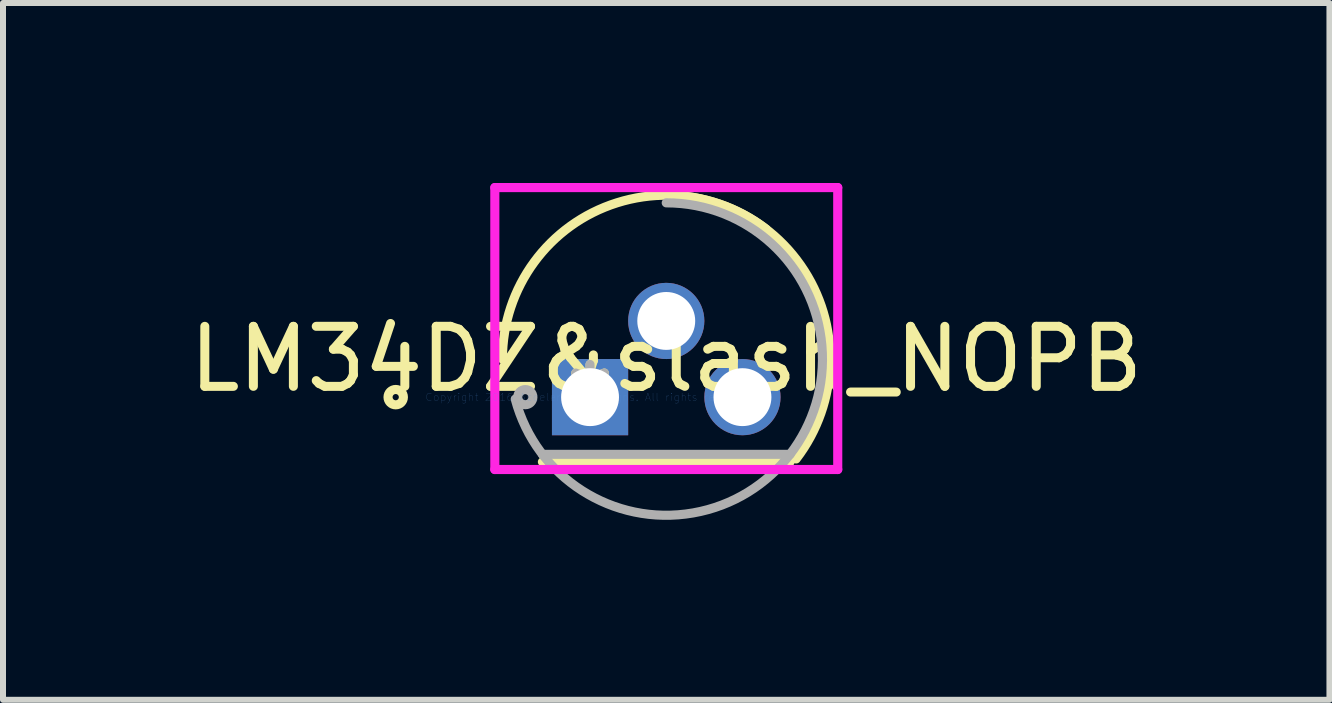
<source format=kicad_pcb>
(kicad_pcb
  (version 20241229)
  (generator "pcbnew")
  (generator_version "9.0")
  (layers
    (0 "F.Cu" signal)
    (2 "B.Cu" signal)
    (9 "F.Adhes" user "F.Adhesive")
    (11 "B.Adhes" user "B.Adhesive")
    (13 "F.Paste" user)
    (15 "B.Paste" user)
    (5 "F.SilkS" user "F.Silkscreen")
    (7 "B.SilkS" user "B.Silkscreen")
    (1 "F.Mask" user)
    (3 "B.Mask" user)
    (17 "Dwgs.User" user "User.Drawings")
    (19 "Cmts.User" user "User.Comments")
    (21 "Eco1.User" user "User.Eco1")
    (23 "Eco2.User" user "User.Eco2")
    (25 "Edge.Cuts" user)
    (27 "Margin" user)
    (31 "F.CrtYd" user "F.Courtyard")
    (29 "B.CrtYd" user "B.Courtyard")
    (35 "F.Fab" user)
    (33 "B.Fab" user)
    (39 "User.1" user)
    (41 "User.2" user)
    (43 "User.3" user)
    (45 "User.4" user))
  (footprint "LM34DZ&slash_NOPB"
    (layer "F.Cu")
    (at 6.784 3.569)
    (property "Reference" "LM34DZ&slash_NOPB" (at 1.27 -0.635 0) (layer "F.SilkS") (effects (font (size 1 1) (thickness 0.15))))
    (attr through_hole)
    (fp_line (start -0.794 1.079) (end 3.334 1.079) (stroke (width 0.152) (type solid)) (layer "F.SilkS"))
    (fp_arc (start -1.4605 -0.635) (mid 2.14931 -3.220042) (end 3.434167 1.029936) (stroke (width 0.1524) (type solid)) (layer "F.SilkS"))
    (fp_arc (start 1.27 -3.3655) (mid 2.149312 -3.220042) (end 2.934939 -2.799165) (stroke (width 0.1524) (type solid)) (layer "F.SilkS"))
    (fp_circle (center -3.239 0) (end -3.111 0) (stroke (width 0.152) (type solid)) (fill no) (layer "F.SilkS"))
    (fp_line (start -1.587 -3.493) (end 4.128 -3.493) (stroke (width 0.152) (type solid)) (layer "F.CrtYd"))
    (fp_line (start -1.587 1.206) (end -1.587 -3.493) (stroke (width 0.152) (type solid)) (layer "F.CrtYd"))
    (fp_line (start 4.128 -3.493) (end 4.128 1.206) (stroke (width 0.152) (type solid)) (layer "F.CrtYd"))
    (fp_line (start 4.128 1.206) (end -1.587 1.206) (stroke (width 0.152) (type solid)) (layer "F.CrtYd"))
    (fp_line (start -0.794 0.953) (end 3.334 0.953) (stroke (width 0.152) (type solid)) (layer "F.Fab"))
    (fp_line (start -0.254 0) (end 0.254 0) (stroke (width 0.152) (type solid)) (layer "F.Fab"))
    (fp_line (start 0 0.254) (end 0 -0.254) (stroke (width 0.152) (type solid)) (layer "F.Fab"))
    (fp_arc (start 1.27 -3.2385) (mid 3.333506 0.952499) (end -1.24647 0.032526) (stroke (width 0.1524) (type solid)) (layer "F.Fab"))
    (fp_circle (center -1.079 0) (end -0.953 0) (stroke (width 0.152) (type solid)) (fill no) (layer "F.Fab"))
    (fp_text user "*" (at 0 0 0) (layer "F.SilkS") (effects (font (size 1 1) (thickness 0.15))))
    (fp_text user "Copyright 2016 Accelerated Designs. All rights reserved." (at 0 0 0) (layer "Cmts.User") (effects (font (size 0.127 0.127) (thickness 0.002))))
    (fp_text user "*" (at 0 0 0) (layer "F.Fab") (effects (font (size 1 1) (thickness 0.15))))
    (pad "1" thru_hole rect (at 0 0) (size 1.27 1.27) (drill 0.965) (layers "*.Cu" "*.Mask"))
    (pad "2" thru_hole circle (at 1.27 -1.27) (size 1.27 1.27) (drill 0.965) (layers "*.Cu" "*.Mask"))
    (pad "3" thru_hole circle (at 2.54 0) (size 1.27 1.27) (drill 0.965) (layers "*.Cu" "*.Mask")))
  (gr_rect
    (start -3 -3)
    (end 19.107 8.613)
    (stroke (width 0.1) (type default))
    (fill no)
    (layer "Edge.Cuts")))
</source>
